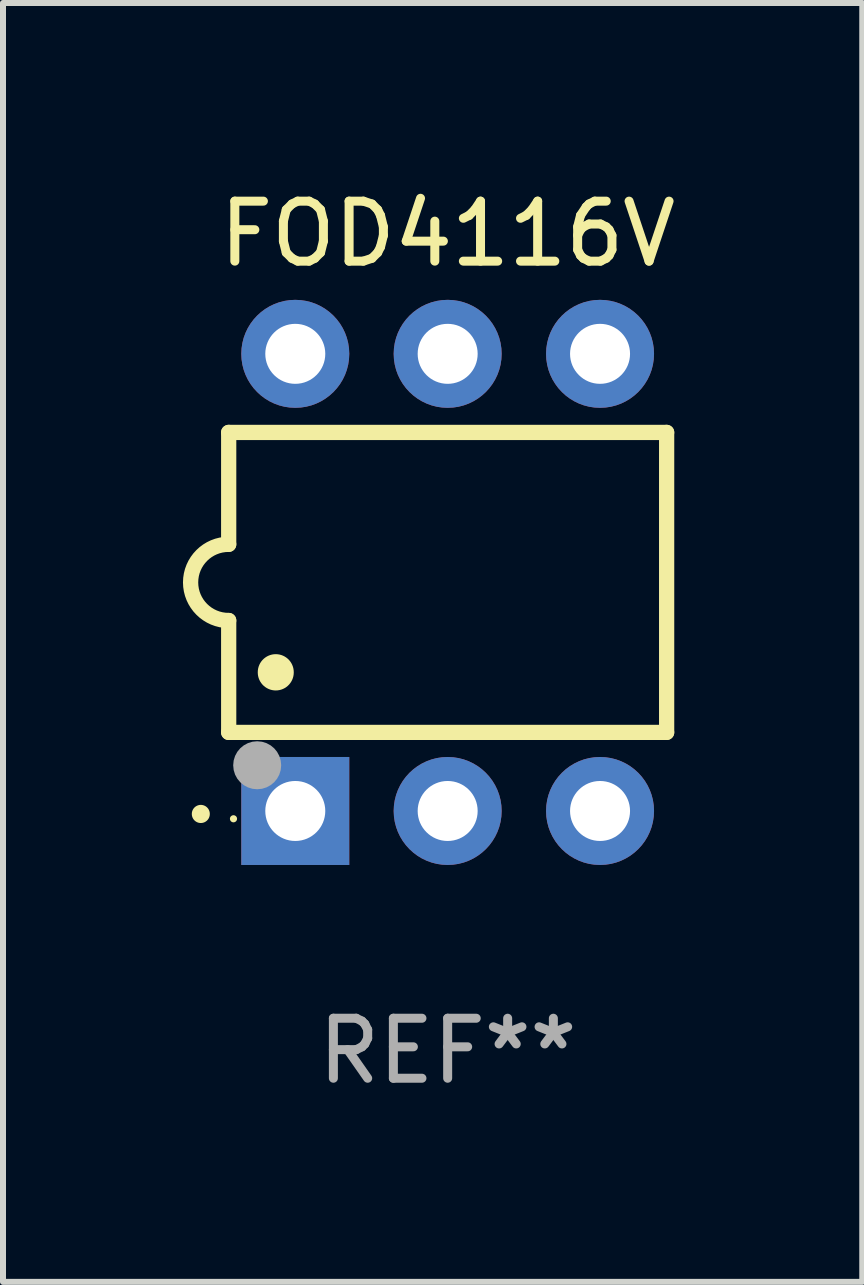
<source format=kicad_pcb>
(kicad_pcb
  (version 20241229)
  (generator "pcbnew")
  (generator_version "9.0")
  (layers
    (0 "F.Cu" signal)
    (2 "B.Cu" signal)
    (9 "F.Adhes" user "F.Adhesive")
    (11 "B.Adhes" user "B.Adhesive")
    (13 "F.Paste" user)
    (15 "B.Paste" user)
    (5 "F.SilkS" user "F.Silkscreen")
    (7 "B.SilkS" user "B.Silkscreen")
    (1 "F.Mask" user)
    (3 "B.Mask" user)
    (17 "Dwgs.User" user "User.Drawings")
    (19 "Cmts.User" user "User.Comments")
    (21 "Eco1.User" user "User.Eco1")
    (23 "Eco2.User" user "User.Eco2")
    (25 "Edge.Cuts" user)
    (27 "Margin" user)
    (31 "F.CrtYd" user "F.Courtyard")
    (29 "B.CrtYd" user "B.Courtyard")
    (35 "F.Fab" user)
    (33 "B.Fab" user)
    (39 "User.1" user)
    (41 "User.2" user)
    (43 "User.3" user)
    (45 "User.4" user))
  (footprint "FOD4116V"
    (layer "F.Cu")
    (at 4.412 6.658)
    (property "Reference" "FOD4116V" (at 0 -5.81 0) (layer "F.SilkS") (effects (font (size 1 1) (thickness 0.15))))
    (attr through_hole)
    (fp_line (start -3.65 -2.5) (end 3.65 -2.5) (stroke (width 0.254) (type solid)) (layer "F.SilkS"))
    (fp_line (start -3.65 -0.635) (end -3.65 -2.5) (stroke (width 0.254) (type solid)) (layer "F.SilkS"))
    (fp_line (start -3.65 0.635) (end -3.65 2.5) (stroke (width 0.254) (type solid)) (layer "F.SilkS"))
    (fp_line (start -3.65 2.5) (end 3.65 2.5) (stroke (width 0.254) (type solid)) (layer "F.SilkS"))
    (fp_line (start 3.65 -2.5) (end 3.65 2.5) (stroke (width 0.254) (type solid)) (layer "F.SilkS"))
    (fp_arc (start -4.114808 3.860808) (mid -4.114813 3.859538) (end -4.114808 3.858268) (stroke (width 0.3) (type solid)) (layer "F.SilkS"))
    (fp_arc (start -3.650013 0.635001) (mid -4.285014 0) (end -3.650013 -0.635001) (stroke (width 0.254001) (type solid)) (layer "F.SilkS"))
    (fp_arc (start -2.865405 1.501143) (mid -2.865416 1.498603) (end -2.865405 1.496063) (stroke (width 0.6) (type solid)) (layer "F.SilkS"))
    (fp_circle (center -3.57 3.94) (end -3.54 3.94) (stroke (width 0.06) (type solid)) (fill no) (layer "F.SilkS"))
    (fp_circle (center -3.175 3.048) (end -2.975 3.048) (stroke (width 0.4) (type solid)) (fill no) (layer "F.Fab"))
    (fp_text user "REF**" (at 0 7.81 0) (layer "F.Fab") (effects (font (size 1 1) (thickness 0.15))))
    (pad "1" thru_hole rect (at -2.54 3.81 90) (size 1.8 1.8) (drill 1) (layers "*.Cu" "*.Mask"))
    (pad "2" thru_hole circle (at 0 3.81) (size 1.8 1.8) (drill 1) (layers "*.Cu" "*.Mask"))
    (pad "3" thru_hole circle (at 2.54 3.81) (size 1.8 1.8) (drill 1) (layers "*.Cu" "*.Mask"))
    (pad "4" thru_hole circle (at 2.54 -3.81) (size 1.8 1.8) (drill 1) (layers "*.Cu" "*.Mask"))
    (pad "5" thru_hole circle (at 0 -3.81) (size 1.8 1.8) (drill 1) (layers "*.Cu" "*.Mask"))
    (pad "6" thru_hole circle (at -2.54 -3.81) (size 1.8 1.8) (drill 1) (layers "*.Cu" "*.Mask")))
  (gr_rect
    (start -3 -3)
    (end 11.323 18.317)
    (stroke (width 0.1) (type default))
    (fill no)
    (layer "Edge.Cuts")))
</source>
